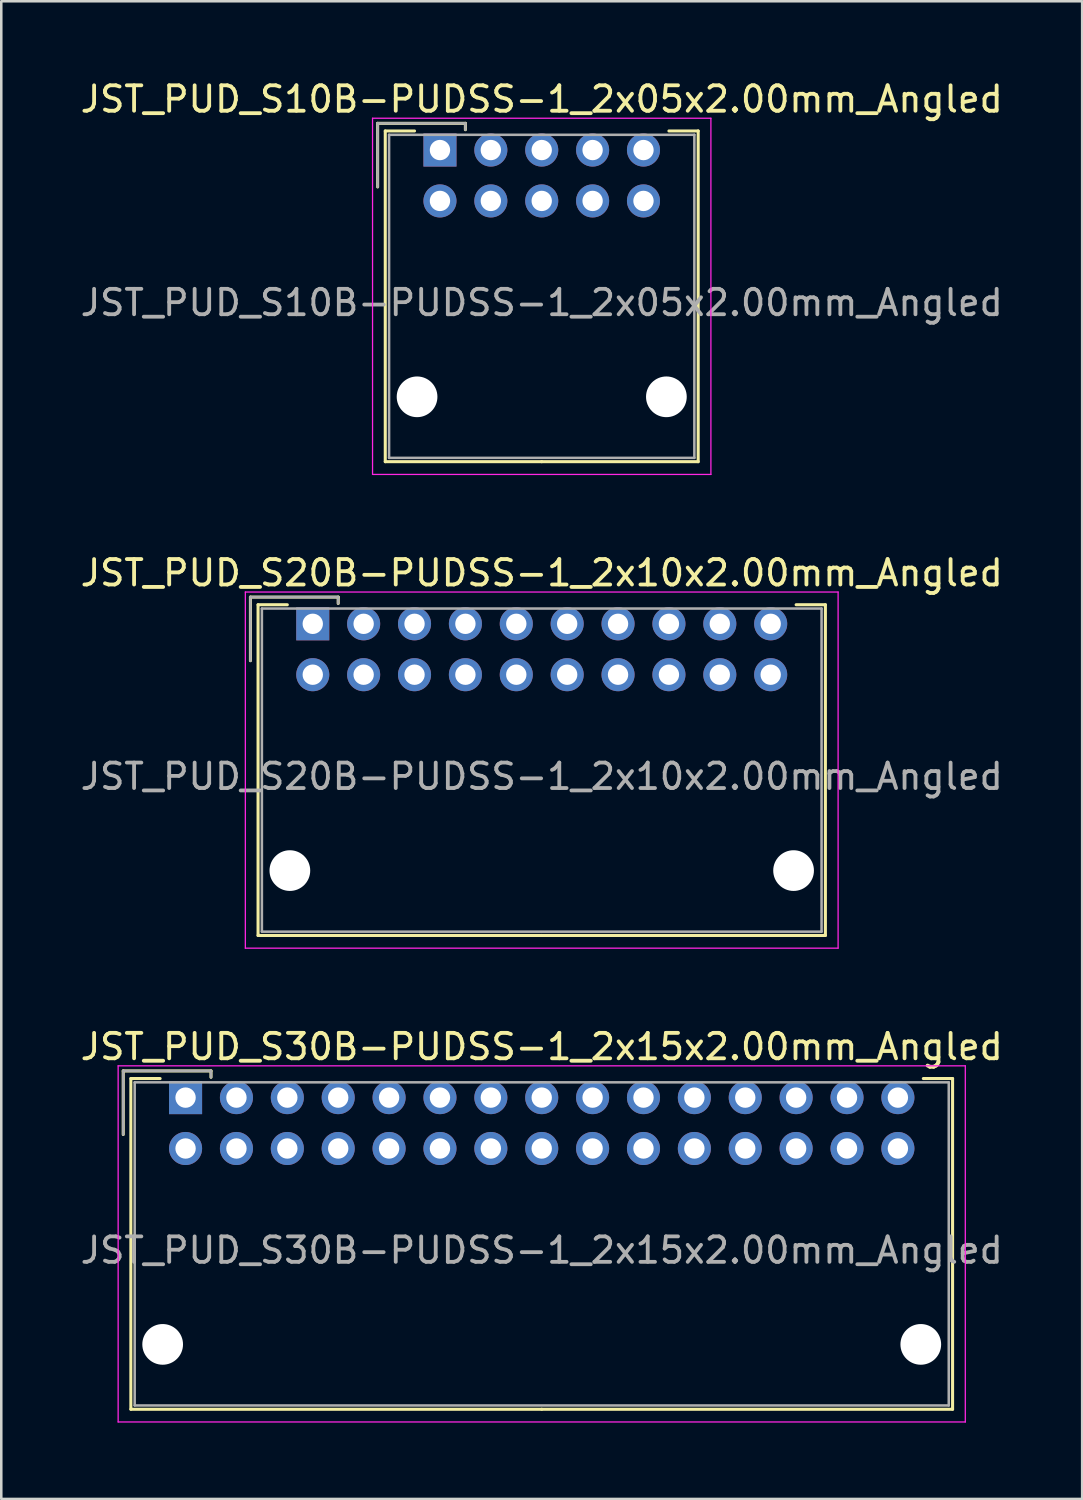
<source format=kicad_pcb>
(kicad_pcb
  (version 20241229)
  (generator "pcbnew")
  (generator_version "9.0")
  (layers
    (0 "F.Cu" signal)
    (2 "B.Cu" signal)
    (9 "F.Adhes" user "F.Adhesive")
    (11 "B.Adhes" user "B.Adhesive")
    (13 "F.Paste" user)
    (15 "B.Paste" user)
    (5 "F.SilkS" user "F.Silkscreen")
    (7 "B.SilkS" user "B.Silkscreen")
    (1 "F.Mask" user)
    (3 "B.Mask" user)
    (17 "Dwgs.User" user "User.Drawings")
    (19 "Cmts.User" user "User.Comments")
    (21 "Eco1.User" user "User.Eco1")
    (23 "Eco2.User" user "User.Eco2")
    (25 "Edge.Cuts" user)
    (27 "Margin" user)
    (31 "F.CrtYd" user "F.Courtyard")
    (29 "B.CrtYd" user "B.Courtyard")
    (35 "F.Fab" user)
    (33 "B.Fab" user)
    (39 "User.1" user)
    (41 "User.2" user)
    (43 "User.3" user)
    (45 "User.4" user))
  (footprint "JST_PUD_S20B-PUDSS-1_2x10x2.00mm_Angled"
    (layer "F.Cu")
    (at 9.244 21.471)
    (property "Reference" "JST_PUD_S20B-PUDSS-1_2x10x2.00mm_Angled" (at 9 -2 0) (layer "F.SilkS") (effects (font (size 1 1) (thickness 0.15))))
    (attr through_hole)
    (fp_line (start -2.45 -1.05) (end -2.45 1.45) (stroke (width 0.12) (type solid)) (layer "F.SilkS"))
    (fp_line (start -2.15 -0.75) (end -2.15 12.25) (stroke (width 0.12) (type solid)) (layer "F.SilkS"))
    (fp_line (start -2.15 12.25) (end 9 12.25) (stroke (width 0.12) (type solid)) (layer "F.SilkS"))
    (fp_line (start -1 -0.75) (end -2.15 -0.75) (stroke (width 0.12) (type solid)) (layer "F.SilkS"))
    (fp_line (start 1 -1.05) (end -2.45 -1.05) (stroke (width 0.12) (type solid)) (layer "F.SilkS"))
    (fp_line (start 1 -0.8) (end 1 -1.05) (stroke (width 0.12) (type solid)) (layer "F.SilkS"))
    (fp_line (start 19 -0.75) (end 20.15 -0.75) (stroke (width 0.12) (type solid)) (layer "F.SilkS"))
    (fp_line (start 20.15 -0.75) (end 20.15 12.25) (stroke (width 0.12) (type solid)) (layer "F.SilkS"))
    (fp_line (start 20.15 12.25) (end 9 12.25) (stroke (width 0.12) (type solid)) (layer "F.SilkS"))
    (fp_line (start -2.65 -1.25) (end -2.65 12.75) (stroke (width 0.05) (type solid)) (layer "F.CrtYd"))
    (fp_line (start -2.65 12.75) (end 20.65 12.75) (stroke (width 0.05) (type solid)) (layer "F.CrtYd"))
    (fp_line (start 20.65 -1.25) (end -2.65 -1.25) (stroke (width 0.05) (type solid)) (layer "F.CrtYd"))
    (fp_line (start 20.65 12.75) (end 20.65 -1.25) (stroke (width 0.05) (type solid)) (layer "F.CrtYd"))
    (fp_line (start -2.45 -1.05) (end -2.45 1.45) (stroke (width 0.1) (type solid)) (layer "F.Fab"))
    (fp_line (start -2 -0.6) (end -2 12.1) (stroke (width 0.1) (type solid)) (layer "F.Fab"))
    (fp_line (start -2 12.1) (end 20 12.1) (stroke (width 0.1) (type solid)) (layer "F.Fab"))
    (fp_line (start 1 -1.05) (end -2.45 -1.05) (stroke (width 0.1) (type solid)) (layer "F.Fab"))
    (fp_line (start 1 -0.8) (end 1 -1.05) (stroke (width 0.1) (type solid)) (layer "F.Fab"))
    (fp_line (start 20 -0.6) (end -2 -0.6) (stroke (width 0.1) (type solid)) (layer "F.Fab"))
    (fp_line (start 20 12.1) (end 20 -0.6) (stroke (width 0.1) (type solid)) (layer "F.Fab"))
    (fp_text user "${REFERENCE}" (at 9 6 0) (layer "F.Fab") (effects (font (size 1 1) (thickness 0.15))))
    (pad "" np_thru_hole circle (at -0.9 9.7) (size 1.6 1.6) (drill 1.6) (layers "*.Cu"))
    (pad "" np_thru_hole circle (at 18.9 9.7) (size 1.6 1.6) (drill 1.6) (layers "*.Cu"))
    (pad "1" thru_hole rect (at 0 0) (size 1.3 1.3) (drill 0.8) (layers "*.Cu" "*.Mask"))
    (pad "2" thru_hole circle (at 0 2) (size 1.3 1.3) (drill 0.8) (layers "*.Cu" "*.Mask"))
    (pad "3" thru_hole circle (at 2 0) (size 1.3 1.3) (drill 0.8) (layers "*.Cu" "*.Mask"))
    (pad "4" thru_hole circle (at 2 2) (size 1.3 1.3) (drill 0.8) (layers "*.Cu" "*.Mask"))
    (pad "5" thru_hole circle (at 4 0) (size 1.3 1.3) (drill 0.8) (layers "*.Cu" "*.Mask"))
    (pad "6" thru_hole circle (at 4 2) (size 1.3 1.3) (drill 0.8) (layers "*.Cu" "*.Mask"))
    (pad "7" thru_hole circle (at 6 0) (size 1.3 1.3) (drill 0.8) (layers "*.Cu" "*.Mask"))
    (pad "8" thru_hole circle (at 6 2) (size 1.3 1.3) (drill 0.8) (layers "*.Cu" "*.Mask"))
    (pad "9" thru_hole circle (at 8 0) (size 1.3 1.3) (drill 0.8) (layers "*.Cu" "*.Mask"))
    (pad "10" thru_hole circle (at 8 2) (size 1.3 1.3) (drill 0.8) (layers "*.Cu" "*.Mask"))
    (pad "11" thru_hole circle (at 10 0) (size 1.3 1.3) (drill 0.8) (layers "*.Cu" "*.Mask"))
    (pad "12" thru_hole circle (at 10 2) (size 1.3 1.3) (drill 0.8) (layers "*.Cu" "*.Mask"))
    (pad "13" thru_hole circle (at 12 0) (size 1.3 1.3) (drill 0.8) (layers "*.Cu" "*.Mask"))
    (pad "14" thru_hole circle (at 12 2) (size 1.3 1.3) (drill 0.8) (layers "*.Cu" "*.Mask"))
    (pad "15" thru_hole circle (at 14 0) (size 1.3 1.3) (drill 0.8) (layers "*.Cu" "*.Mask"))
    (pad "16" thru_hole circle (at 14 2) (size 1.3 1.3) (drill 0.8) (layers "*.Cu" "*.Mask"))
    (pad "17" thru_hole circle (at 16 0) (size 1.3 1.3) (drill 0.8) (layers "*.Cu" "*.Mask"))
    (pad "18" thru_hole circle (at 16 2) (size 1.3 1.3) (drill 0.8) (layers "*.Cu" "*.Mask"))
    (pad "19" thru_hole circle (at 18 0) (size 1.3 1.3) (drill 0.8) (layers "*.Cu" "*.Mask"))
    (pad "20" thru_hole circle (at 18 2) (size 1.3 1.3) (drill 0.8) (layers "*.Cu" "*.Mask")))
  (footprint "JST_PUD_S10B-PUDSS-1_2x05x2.00mm_Angled"
    (layer "F.Cu")
    (at 14.244 2.848)
    (property "Reference" "JST_PUD_S10B-PUDSS-1_2x05x2.00mm_Angled" (at 4 -2 0) (layer "F.SilkS") (effects (font (size 1 1) (thickness 0.15))))
    (attr through_hole)
    (fp_line (start -2.45 -1.05) (end -2.45 1.45) (stroke (width 0.12) (type solid)) (layer "F.SilkS"))
    (fp_line (start -2.15 -0.75) (end -2.15 12.25) (stroke (width 0.12) (type solid)) (layer "F.SilkS"))
    (fp_line (start -2.15 12.25) (end 4 12.25) (stroke (width 0.12) (type solid)) (layer "F.SilkS"))
    (fp_line (start -1 -0.75) (end -2.15 -0.75) (stroke (width 0.12) (type solid)) (layer "F.SilkS"))
    (fp_line (start 1 -1.05) (end -2.45 -1.05) (stroke (width 0.12) (type solid)) (layer "F.SilkS"))
    (fp_line (start 1 -0.8) (end 1 -1.05) (stroke (width 0.12) (type solid)) (layer "F.SilkS"))
    (fp_line (start 9 -0.75) (end 10.15 -0.75) (stroke (width 0.12) (type solid)) (layer "F.SilkS"))
    (fp_line (start 10.15 -0.75) (end 10.15 12.25) (stroke (width 0.12) (type solid)) (layer "F.SilkS"))
    (fp_line (start 10.15 12.25) (end 4 12.25) (stroke (width 0.12) (type solid)) (layer "F.SilkS"))
    (fp_line (start -2.65 -1.25) (end -2.65 12.75) (stroke (width 0.05) (type solid)) (layer "F.CrtYd"))
    (fp_line (start -2.65 12.75) (end 10.65 12.75) (stroke (width 0.05) (type solid)) (layer "F.CrtYd"))
    (fp_line (start 10.65 -1.25) (end -2.65 -1.25) (stroke (width 0.05) (type solid)) (layer "F.CrtYd"))
    (fp_line (start 10.65 12.75) (end 10.65 -1.25) (stroke (width 0.05) (type solid)) (layer "F.CrtYd"))
    (fp_line (start -2.45 -1.05) (end -2.45 1.45) (stroke (width 0.1) (type solid)) (layer "F.Fab"))
    (fp_line (start -2 -0.6) (end -2 12.1) (stroke (width 0.1) (type solid)) (layer "F.Fab"))
    (fp_line (start -2 12.1) (end 10 12.1) (stroke (width 0.1) (type solid)) (layer "F.Fab"))
    (fp_line (start 1 -1.05) (end -2.45 -1.05) (stroke (width 0.1) (type solid)) (layer "F.Fab"))
    (fp_line (start 1 -0.8) (end 1 -1.05) (stroke (width 0.1) (type solid)) (layer "F.Fab"))
    (fp_line (start 10 -0.6) (end -2 -0.6) (stroke (width 0.1) (type solid)) (layer "F.Fab"))
    (fp_line (start 10 12.1) (end 10 -0.6) (stroke (width 0.1) (type solid)) (layer "F.Fab"))
    (fp_text user "${REFERENCE}" (at 4 6 0) (layer "F.Fab") (effects (font (size 1 1) (thickness 0.15))))
    (pad "" np_thru_hole circle (at -0.9 9.7) (size 1.6 1.6) (drill 1.6) (layers "*.Cu"))
    (pad "" np_thru_hole circle (at 8.9 9.7) (size 1.6 1.6) (drill 1.6) (layers "*.Cu"))
    (pad "1" thru_hole rect (at 0 0) (size 1.3 1.3) (drill 0.8) (layers "*.Cu" "*.Mask"))
    (pad "2" thru_hole circle (at 0 2) (size 1.3 1.3) (drill 0.8) (layers "*.Cu" "*.Mask"))
    (pad "3" thru_hole circle (at 2 0) (size 1.3 1.3) (drill 0.8) (layers "*.Cu" "*.Mask"))
    (pad "4" thru_hole circle (at 2 2) (size 1.3 1.3) (drill 0.8) (layers "*.Cu" "*.Mask"))
    (pad "5" thru_hole circle (at 4 0) (size 1.3 1.3) (drill 0.8) (layers "*.Cu" "*.Mask"))
    (pad "6" thru_hole circle (at 4 2) (size 1.3 1.3) (drill 0.8) (layers "*.Cu" "*.Mask"))
    (pad "7" thru_hole circle (at 6 0) (size 1.3 1.3) (drill 0.8) (layers "*.Cu" "*.Mask"))
    (pad "8" thru_hole circle (at 6 2) (size 1.3 1.3) (drill 0.8) (layers "*.Cu" "*.Mask"))
    (pad "9" thru_hole circle (at 8 0) (size 1.3 1.3) (drill 0.8) (layers "*.Cu" "*.Mask"))
    (pad "10" thru_hole circle (at 8 2) (size 1.3 1.3) (drill 0.8) (layers "*.Cu" "*.Mask")))
  (footprint "JST_PUD_S30B-PUDSS-1_2x15x2.00mm_Angled"
    (layer "F.Cu")
    (at 4.244 40.095)
    (property "Reference" "JST_PUD_S30B-PUDSS-1_2x15x2.00mm_Angled" (at 14 -2 0) (layer "F.SilkS") (effects (font (size 1 1) (thickness 0.15))))
    (attr through_hole)
    (fp_line (start -2.45 -1.05) (end -2.45 1.45) (stroke (width 0.12) (type solid)) (layer "F.SilkS"))
    (fp_line (start -2.15 -0.75) (end -2.15 12.25) (stroke (width 0.12) (type solid)) (layer "F.SilkS"))
    (fp_line (start -2.15 12.25) (end 14 12.25) (stroke (width 0.12) (type solid)) (layer "F.SilkS"))
    (fp_line (start -1 -0.75) (end -2.15 -0.75) (stroke (width 0.12) (type solid)) (layer "F.SilkS"))
    (fp_line (start 1 -1.05) (end -2.45 -1.05) (stroke (width 0.12) (type solid)) (layer "F.SilkS"))
    (fp_line (start 1 -0.8) (end 1 -1.05) (stroke (width 0.12) (type solid)) (layer "F.SilkS"))
    (fp_line (start 29 -0.75) (end 30.15 -0.75) (stroke (width 0.12) (type solid)) (layer "F.SilkS"))
    (fp_line (start 30.15 -0.75) (end 30.15 12.25) (stroke (width 0.12) (type solid)) (layer "F.SilkS"))
    (fp_line (start 30.15 12.25) (end 14 12.25) (stroke (width 0.12) (type solid)) (layer "F.SilkS"))
    (fp_line (start -2.65 -1.25) (end -2.65 12.75) (stroke (width 0.05) (type solid)) (layer "F.CrtYd"))
    (fp_line (start -2.65 12.75) (end 30.65 12.75) (stroke (width 0.05) (type solid)) (layer "F.CrtYd"))
    (fp_line (start 30.65 -1.25) (end -2.65 -1.25) (stroke (width 0.05) (type solid)) (layer "F.CrtYd"))
    (fp_line (start 30.65 12.75) (end 30.65 -1.25) (stroke (width 0.05) (type solid)) (layer "F.CrtYd"))
    (fp_line (start -2.45 -1.05) (end -2.45 1.45) (stroke (width 0.1) (type solid)) (layer "F.Fab"))
    (fp_line (start -2 -0.6) (end -2 12.1) (stroke (width 0.1) (type solid)) (layer "F.Fab"))
    (fp_line (start -2 12.1) (end 30 12.1) (stroke (width 0.1) (type solid)) (layer "F.Fab"))
    (fp_line (start 1 -1.05) (end -2.45 -1.05) (stroke (width 0.1) (type solid)) (layer "F.Fab"))
    (fp_line (start 1 -0.8) (end 1 -1.05) (stroke (width 0.1) (type solid)) (layer "F.Fab"))
    (fp_line (start 30 -0.6) (end -2 -0.6) (stroke (width 0.1) (type solid)) (layer "F.Fab"))
    (fp_line (start 30 12.1) (end 30 -0.6) (stroke (width 0.1) (type solid)) (layer "F.Fab"))
    (fp_text user "${REFERENCE}" (at 14 6 0) (layer "F.Fab") (effects (font (size 1 1) (thickness 0.15))))
    (pad "" np_thru_hole circle (at -0.9 9.7) (size 1.6 1.6) (drill 1.6) (layers "*.Cu"))
    (pad "" np_thru_hole circle (at 28.9 9.7) (size 1.6 1.6) (drill 1.6) (layers "*.Cu"))
    (pad "1" thru_hole rect (at 0 0) (size 1.3 1.3) (drill 0.8) (layers "*.Cu" "*.Mask"))
    (pad "2" thru_hole circle (at 0 2) (size 1.3 1.3) (drill 0.8) (layers "*.Cu" "*.Mask"))
    (pad "3" thru_hole circle (at 2 0) (size 1.3 1.3) (drill 0.8) (layers "*.Cu" "*.Mask"))
    (pad "4" thru_hole circle (at 2 2) (size 1.3 1.3) (drill 0.8) (layers "*.Cu" "*.Mask"))
    (pad "5" thru_hole circle (at 4 0) (size 1.3 1.3) (drill 0.8) (layers "*.Cu" "*.Mask"))
    (pad "6" thru_hole circle (at 4 2) (size 1.3 1.3) (drill 0.8) (layers "*.Cu" "*.Mask"))
    (pad "7" thru_hole circle (at 6 0) (size 1.3 1.3) (drill 0.8) (layers "*.Cu" "*.Mask"))
    (pad "8" thru_hole circle (at 6 2) (size 1.3 1.3) (drill 0.8) (layers "*.Cu" "*.Mask"))
    (pad "9" thru_hole circle (at 8 0) (size 1.3 1.3) (drill 0.8) (layers "*.Cu" "*.Mask"))
    (pad "10" thru_hole circle (at 8 2) (size 1.3 1.3) (drill 0.8) (layers "*.Cu" "*.Mask"))
    (pad "11" thru_hole circle (at 10 0) (size 1.3 1.3) (drill 0.8) (layers "*.Cu" "*.Mask"))
    (pad "12" thru_hole circle (at 10 2) (size 1.3 1.3) (drill 0.8) (layers "*.Cu" "*.Mask"))
    (pad "13" thru_hole circle (at 12 0) (size 1.3 1.3) (drill 0.8) (layers "*.Cu" "*.Mask"))
    (pad "14" thru_hole circle (at 12 2) (size 1.3 1.3) (drill 0.8) (layers "*.Cu" "*.Mask"))
    (pad "15" thru_hole circle (at 14 0) (size 1.3 1.3) (drill 0.8) (layers "*.Cu" "*.Mask"))
    (pad "16" thru_hole circle (at 14 2) (size 1.3 1.3) (drill 0.8) (layers "*.Cu" "*.Mask"))
    (pad "17" thru_hole circle (at 16 0) (size 1.3 1.3) (drill 0.8) (layers "*.Cu" "*.Mask"))
    (pad "18" thru_hole circle (at 16 2) (size 1.3 1.3) (drill 0.8) (layers "*.Cu" "*.Mask"))
    (pad "19" thru_hole circle (at 18 0) (size 1.3 1.3) (drill 0.8) (layers "*.Cu" "*.Mask"))
    (pad "20" thru_hole circle (at 18 2) (size 1.3 1.3) (drill 0.8) (layers "*.Cu" "*.Mask"))
    (pad "21" thru_hole circle (at 20 0) (size 1.3 1.3) (drill 0.8) (layers "*.Cu" "*.Mask"))
    (pad "22" thru_hole circle (at 20 2) (size 1.3 1.3) (drill 0.8) (layers "*.Cu" "*.Mask"))
    (pad "23" thru_hole circle (at 22 0) (size 1.3 1.3) (drill 0.8) (layers "*.Cu" "*.Mask"))
    (pad "24" thru_hole circle (at 22 2) (size 1.3 1.3) (drill 0.8) (layers "*.Cu" "*.Mask"))
    (pad "25" thru_hole circle (at 24 0) (size 1.3 1.3) (drill 0.8) (layers "*.Cu" "*.Mask"))
    (pad "26" thru_hole circle (at 24 2) (size 1.3 1.3) (drill 0.8) (layers "*.Cu" "*.Mask"))
    (pad "27" thru_hole circle (at 26 0) (size 1.3 1.3) (drill 0.8) (layers "*.Cu" "*.Mask"))
    (pad "28" thru_hole circle (at 26 2) (size 1.3 1.3) (drill 0.8) (layers "*.Cu" "*.Mask"))
    (pad "29" thru_hole circle (at 28 0) (size 1.3 1.3) (drill 0.8) (layers "*.Cu" "*.Mask"))
    (pad "30" thru_hole circle (at 28 2) (size 1.3 1.3) (drill 0.8) (layers "*.Cu" "*.Mask")))
  (gr_rect
    (start -3 -3)
    (end 39.488 55.87)
    (stroke (width 0.1) (type default))
    (fill no)
    (layer "Edge.Cuts")))
</source>
